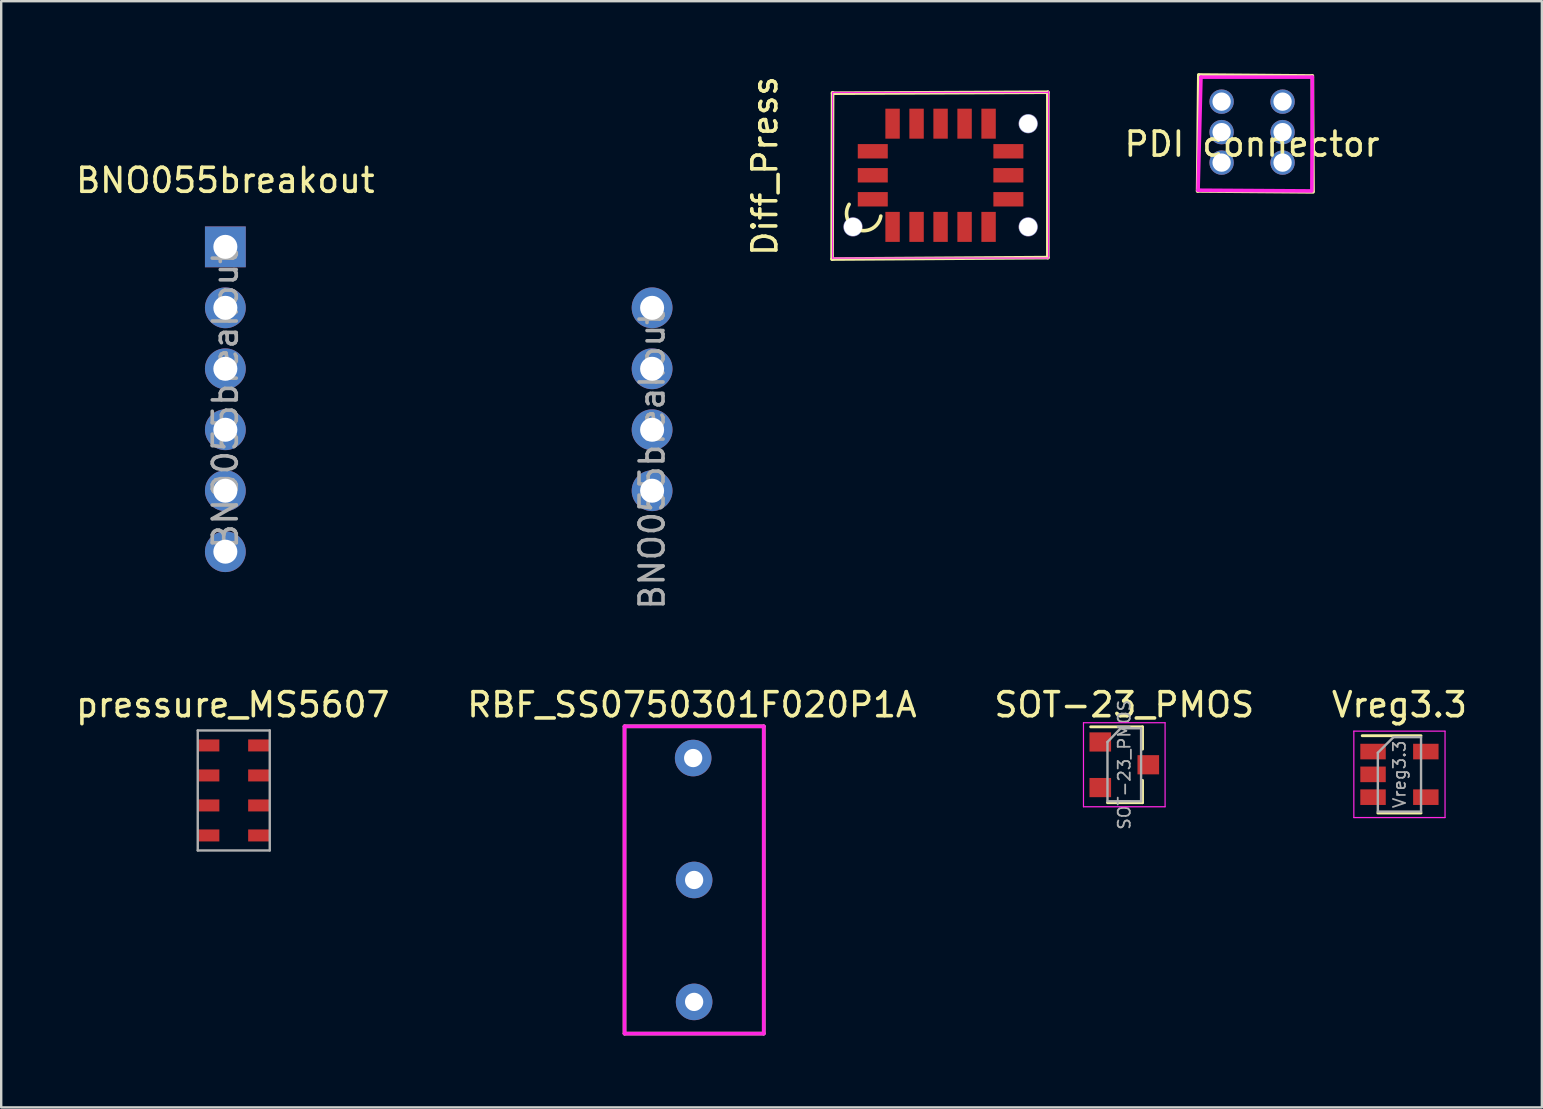
<source format=kicad_pcb>
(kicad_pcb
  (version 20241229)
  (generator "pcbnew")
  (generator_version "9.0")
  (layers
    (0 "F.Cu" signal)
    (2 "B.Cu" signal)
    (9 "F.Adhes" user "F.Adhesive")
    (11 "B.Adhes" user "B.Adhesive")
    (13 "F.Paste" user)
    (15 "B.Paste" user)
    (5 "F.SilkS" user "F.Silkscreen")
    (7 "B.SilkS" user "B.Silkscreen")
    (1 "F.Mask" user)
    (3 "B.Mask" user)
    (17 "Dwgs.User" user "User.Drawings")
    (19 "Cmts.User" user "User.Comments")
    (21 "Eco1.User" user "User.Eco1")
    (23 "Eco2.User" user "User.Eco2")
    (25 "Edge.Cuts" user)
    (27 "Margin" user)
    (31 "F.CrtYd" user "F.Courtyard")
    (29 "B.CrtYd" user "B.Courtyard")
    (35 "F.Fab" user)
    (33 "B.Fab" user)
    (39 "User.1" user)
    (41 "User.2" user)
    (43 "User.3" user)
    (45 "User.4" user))
  (footprint "Diff_Press"
    (layer "F.Cu")
    (at 36.138 4.253)
    (property "Reference" "Diff_Press" (at -7.32 -0.39 90) (layer "F.SilkS") (effects (font (size 1 1) (thickness 0.15))))
    (attr smd)
    (fp_line (start -4.52 3.49) (end 4.47 3.43) (stroke (width 0.15) (type solid)) (layer "F.SilkS"))
    (fp_line (start -4.5 -3.44) (end -4.52 3.49) (stroke (width 0.15) (type solid)) (layer "F.SilkS"))
    (fp_line (start 4.47 -3.46) (end -4.5 -3.42) (stroke (width 0.15) (type solid)) (layer "F.SilkS"))
    (fp_line (start 4.47 3.43) (end 4.47 -3.46) (stroke (width 0.15) (type solid)) (layer "F.SilkS"))
    (fp_arc (start -2.489862 1.700466) (mid -3.450292 2.263686) (end -3.809999 1.210001) (stroke (width 0.15) (type solid)) (layer "F.SilkS"))
    (fp_line (start -4.5 -3.45) (end 4.5 -3.45) (stroke (width 0.05) (type solid)) (layer "F.CrtYd"))
    (fp_line (start -4.5 3.46) (end -4.5 -3.44) (stroke (width 0.05) (type solid)) (layer "F.CrtYd"))
    (fp_line (start 4.5 -3.5) (end 4.5 3.4) (stroke (width 0.05) (type solid)) (layer "F.CrtYd"))
    (fp_line (start 4.5 3.45) (end -4.5 3.45) (stroke (width 0.05) (type solid)) (layer "F.CrtYd"))
    (pad "" thru_hole circle (at -3.65 2.15) (size 0.8 0.8) (drill 0.762) (layers "*.Cu" "*.Mask"))
    (pad "" thru_hole circle (at 3.65 -2.15) (size 0.8 0.8) (drill 0.762) (layers "*.Cu" "*.Mask"))
    (pad "" thru_hole circle (at 3.65 2.15) (size 0.8 0.8) (drill 0.762) (layers "*.Cu" "*.Mask"))
    (pad "1" smd rect (at -2.825 1) (size 1.25 0.6) (layers "F.Cu" "F.Mask" "F.Paste"))
    (pad "2" smd rect (at -2.825 0) (size 1.25 0.6) (layers "F.Cu" "F.Mask" "F.Paste"))
    (pad "3" smd rect (at -2.825 -1) (size 1.25 0.6) (layers "F.Cu" "F.Mask" "F.Paste"))
    (pad "4" smd rect (at -2 -2.15) (size 0.6 1.25) (layers "F.Cu" "F.Mask" "F.Paste"))
    (pad "5" smd rect (at -1 -2.15) (size 0.6 1.25) (layers "F.Cu" "F.Mask" "F.Paste"))
    (pad "6" smd rect (at 0 -2.15) (size 0.6 1.25) (layers "F.Cu" "F.Mask" "F.Paste"))
    (pad "7" smd rect (at 1 -2.15) (size 0.6 1.25) (layers "F.Cu" "F.Mask" "F.Paste"))
    (pad "8" smd rect (at 2 -2.15) (size 0.6 1.25) (layers "F.Cu" "F.Mask" "F.Paste"))
    (pad "9" smd rect (at 2.825 -1) (size 1.25 0.6) (layers "F.Cu" "F.Mask" "F.Paste"))
    (pad "10" smd rect (at 2.825 0) (size 1.25 0.6) (layers "F.Cu" "F.Mask" "F.Paste"))
    (pad "11" smd rect (at 2.825 1) (size 1.25 0.6) (layers "F.Cu" "F.Mask" "F.Paste"))
    (pad "12" smd rect (at 2 2.15) (size 0.6 1.25) (layers "F.Cu" "F.Mask" "F.Paste"))
    (pad "13" smd rect (at 1 2.15) (size 0.6 1.25) (layers "F.Cu" "F.Mask" "F.Paste"))
    (pad "14" smd rect (at 0 2.15) (size 0.6 1.25) (layers "F.Cu" "F.Mask" "F.Paste"))
    (pad "15" smd rect (at -1 2.15) (size 0.6 1.25) (layers "F.Cu" "F.Mask" "F.Paste"))
    (pad "16" smd rect (at -2 2.15) (size 0.6 1.25) (layers "F.Cu" "F.Mask" "F.Paste")))
  (footprint "SOT-23_PMOS"
    (layer "F.Cu")
    (at 43.792 28.813)
    (property "Reference" "SOT-23_PMOS" (at 0 -2.5 0) (layer "F.SilkS") (effects (font (size 1 1) (thickness 0.15))))
    (attr smd)
    (fp_line (start 0.76 -1.58) (end -1.4 -1.58) (stroke (width 0.12) (type solid)) (layer "F.SilkS"))
    (fp_line (start 0.76 -1.58) (end 0.76 -0.65) (stroke (width 0.12) (type solid)) (layer "F.SilkS"))
    (fp_line (start 0.76 1.58) (end -0.7 1.58) (stroke (width 0.12) (type solid)) (layer "F.SilkS"))
    (fp_line (start 0.76 1.58) (end 0.76 0.65) (stroke (width 0.12) (type solid)) (layer "F.SilkS"))
    (fp_line (start -1.7 -1.75) (end 1.7 -1.75) (stroke (width 0.05) (type solid)) (layer "F.CrtYd"))
    (fp_line (start -1.7 1.75) (end -1.7 -1.75) (stroke (width 0.05) (type solid)) (layer "F.CrtYd"))
    (fp_line (start 1.7 -1.75) (end 1.7 1.75) (stroke (width 0.05) (type solid)) (layer "F.CrtYd"))
    (fp_line (start 1.7 1.75) (end -1.7 1.75) (stroke (width 0.05) (type solid)) (layer "F.CrtYd"))
    (fp_line (start -0.7 -0.95) (end -0.7 1.5) (stroke (width 0.1) (type solid)) (layer "F.Fab"))
    (fp_line (start -0.7 -0.95) (end -0.15 -1.52) (stroke (width 0.1) (type solid)) (layer "F.Fab"))
    (fp_line (start -0.7 1.52) (end 0.7 1.52) (stroke (width 0.1) (type solid)) (layer "F.Fab"))
    (fp_line (start -0.15 -1.52) (end 0.7 -1.52) (stroke (width 0.1) (type solid)) (layer "F.Fab"))
    (fp_line (start 0.7 -1.52) (end 0.7 1.52) (stroke (width 0.1) (type solid)) (layer "F.Fab"))
    (fp_text user "${REFERENCE}" (at 0 0 90) (layer "F.Fab") (effects (font (size 0.5 0.5) (thickness 0.075))))
    (pad "1" smd rect (at 1 0) (size 0.9 0.8) (layers "F.Cu" "F.Mask" "F.Paste"))
    (pad "2" smd rect (at -1 -0.95) (size 0.9 0.8) (layers "F.Cu" "F.Mask" "F.Paste"))
    (pad "3" smd rect (at -1 0.95) (size 0.9 0.8) (layers "F.Cu" "F.Mask" "F.Paste")))
  (footprint "pressure_MS5607"
    (layer "F.Cu")
    (at 6.689 29.883)
    (property "Reference" "pressure_MS5607" (at -0.04 -3.57 0) (layer "F.SilkS") (effects (font (size 1 1) (thickness 0.15))))
    (attr through_hole)
    (fp_line (start -1.5 -2.5) (end 1.5 -2.5) (stroke (width 0.1) (type solid)) (layer "F.Fab"))
    (fp_line (start -1.5 2.5) (end -1.5 -2.5) (stroke (width 0.1) (type solid)) (layer "F.Fab"))
    (fp_line (start -1.5 2.5) (end 1.5 2.5) (stroke (width 0.1) (type solid)) (layer "F.Fab"))
    (fp_line (start 1.5 -2.5) (end 1.5 2.5) (stroke (width 0.1) (type solid)) (layer "F.Fab"))
    (pad "1" smd rect (at -1.05 -1.875) (size 0.9 0.5) (layers "F.Cu" "F.Mask" "F.Paste"))
    (pad "2" smd rect (at -1.05 -0.625) (size 0.9 0.5) (layers "F.Cu" "F.Mask" "F.Paste"))
    (pad "3" smd rect (at -1.05 0.625) (size 0.9 0.5) (layers "F.Cu" "F.Mask" "F.Paste"))
    (pad "4" smd rect (at -1.05 1.875) (size 0.9 0.5) (layers "F.Cu" "F.Mask" "F.Paste"))
    (pad "5" smd rect (at 1.05 1.875) (size 0.9 0.5) (layers "F.Cu" "F.Mask" "F.Paste"))
    (pad "6" smd rect (at 1.05 0.625) (size 0.9 0.5) (layers "F.Cu" "F.Mask" "F.Paste"))
    (pad "7" smd rect (at 1.05 -0.625) (size 0.9 0.5) (layers "F.Cu" "F.Mask" "F.Paste"))
    (pad "8" smd rect (at 1.05 -1.875) (size 0.9 0.5) (layers "F.Cu" "F.Mask" "F.Paste")))
  (footprint "PDI connector"
    (layer "F.Cu")
    (at 49.117 2.455)
    (property "Reference" "PDI connector" (at 0 0.5 0) (layer "F.SilkS") (effects (font (size 1 1) (thickness 0.15))))
    (attr through_hole)
    (fp_line (start -2.27 2.45) (end 2.54 2.49) (stroke (width 0.15) (type solid)) (layer "F.SilkS"))
    (fp_line (start -2.22 -2.38) (end -2.27 2.45) (stroke (width 0.15) (type solid)) (layer "F.SilkS"))
    (fp_line (start 2.51 -2.34) (end -2.22 -2.38) (stroke (width 0.15) (type solid)) (layer "F.SilkS"))
    (fp_line (start 2.54 2.45) (end 2.51 -2.34) (stroke (width 0.15) (type solid)) (layer "F.SilkS"))
    (fp_line (start -2.25 2.42) (end 2.44 2.45) (stroke (width 0.15) (type solid)) (layer "F.CrtYd"))
    (fp_line (start -2.13 -2.29) (end -2.25 2.42) (stroke (width 0.15) (type solid)) (layer "F.CrtYd"))
    (fp_line (start 2.49 2.45) (end 2.51 -2.29) (stroke (width 0.15) (type solid)) (layer "F.CrtYd"))
    (fp_line (start 2.51 -2.29) (end -2.13 -2.29) (stroke (width 0.15) (type solid)) (layer "F.CrtYd"))
    (pad "1" thru_hole circle (at -1.27 -1.27) (size 1.016 1.016) (drill 0.762) (layers "*.Cu" "*.Mask"))
    (pad "2" thru_hole circle (at 1.27 -1.27) (size 1.016 1.016) (drill 0.762) (layers "*.Cu" "*.Mask"))
    (pad "3" thru_hole circle (at -1.27 0) (size 1.016 1.016) (drill 0.762) (layers "*.Cu" "*.Mask"))
    (pad "4" thru_hole circle (at 1.27 0) (size 1.016 1.016) (drill 0.762) (layers "*.Cu" "*.Mask"))
    (pad "5" thru_hole circle (at -1.27 1.27) (size 1.016 1.016) (drill 0.762) (layers "*.Cu" "*.Mask"))
    (pad "6" thru_hole circle (at 1.27 1.27) (size 1.016 1.016) (drill 0.762) (layers "*.Cu" "*.Mask")))
  (footprint "Vreg3.3"
    (layer "F.Cu")
    (at 55.256 29.213)
    (property "Reference" "Vreg3.3" (at 0 -2.9 0) (layer "F.SilkS") (effects (font (size 1 1) (thickness 0.15))))
    (attr smd)
    (fp_line (start -0.9 1.61) (end 0.9 1.61) (stroke (width 0.12) (type solid)) (layer "F.SilkS"))
    (fp_line (start 0.9 -1.61) (end -1.55 -1.61) (stroke (width 0.12) (type solid)) (layer "F.SilkS"))
    (fp_line (start -1.9 -1.8) (end 1.9 -1.8) (stroke (width 0.05) (type solid)) (layer "F.CrtYd"))
    (fp_line (start -1.9 1.8) (end -1.9 -1.8) (stroke (width 0.05) (type solid)) (layer "F.CrtYd"))
    (fp_line (start 1.9 -1.8) (end 1.9 1.8) (stroke (width 0.05) (type solid)) (layer "F.CrtYd"))
    (fp_line (start 1.9 1.8) (end -1.9 1.8) (stroke (width 0.05) (type solid)) (layer "F.CrtYd"))
    (fp_line (start -0.9 -0.9) (end -0.9 1.55) (stroke (width 0.1) (type solid)) (layer "F.Fab"))
    (fp_line (start -0.9 -0.9) (end -0.25 -1.55) (stroke (width 0.1) (type solid)) (layer "F.Fab"))
    (fp_line (start 0.9 -1.55) (end -0.25 -1.55) (stroke (width 0.1) (type solid)) (layer "F.Fab"))
    (fp_line (start 0.9 -1.55) (end 0.9 1.55) (stroke (width 0.1) (type solid)) (layer "F.Fab"))
    (fp_line (start 0.9 1.55) (end -0.9 1.55) (stroke (width 0.1) (type solid)) (layer "F.Fab"))
    (fp_text user "${REFERENCE}" (at 0 0 90) (layer "F.Fab") (effects (font (size 0.5 0.5) (thickness 0.075))))
    (pad "1" smd rect (at -1.1 -0.95) (size 1.06 0.65) (layers "F.Cu" "F.Mask" "F.Paste"))
    (pad "2" smd rect (at -1.1 0) (size 1.06 0.65) (layers "F.Cu" "F.Mask" "F.Paste"))
    (pad "3" smd rect (at -1.1 0.95) (size 1.06 0.65) (layers "F.Cu" "F.Mask" "F.Paste"))
    (pad "4" smd rect (at 1.1 0.95) (size 1.06 0.65) (layers "F.Cu" "F.Mask" "F.Paste"))
    (pad "5" smd rect (at 1.1 -0.95) (size 1.06 0.65) (layers "F.Cu" "F.Mask" "F.Paste")))
  (footprint "BNO055breakout"
    (layer "F.Cu")
    (at 6.339 0.25)
    (property "Reference" "BNO055breakout" (at 0 4.215 0) (layer "F.SilkS") (effects (font (size 1 1) (thickness 0.15))))
    (attr through_hole)
    (fp_text user "${REFERENCE}" (at 0 13.335 90) (layer "F.Fab") (effects (font (size 1 1) (thickness 0.15))))
    (fp_text user "${REFERENCE}" (at 17.78 15.875 270) (layer "F.Fab") (effects (font (size 1 1) (thickness 0.15))))
    (pad "1" thru_hole rect (at 0 6.985) (size 1.7 1.7) (drill 1) (layers "*.Cu" "*.Mask"))
    (pad "2" thru_hole oval (at 0 9.525) (size 1.7 1.7) (drill 1) (layers "*.Cu" "*.Mask"))
    (pad "3" thru_hole oval (at 0 12.065) (size 1.7 1.7) (drill 1) (layers "*.Cu" "*.Mask"))
    (pad "4" thru_hole oval (at 0 14.605) (size 1.7 1.7) (drill 1) (layers "*.Cu" "*.Mask"))
    (pad "5" thru_hole oval (at 0 17.145) (size 1.7 1.7) (drill 1) (layers "*.Cu" "*.Mask"))
    (pad "6" thru_hole oval (at 0 19.685) (size 1.7 1.7) (drill 1) (layers "*.Cu" "*.Mask"))
    (pad "7" thru_hole oval (at 17.78 9.525 180) (size 1.7 1.7) (drill 1) (layers "*.Cu" "*.Mask"))
    (pad "8" thru_hole oval (at 17.78 12.065 180) (size 1.7 1.7) (drill 1) (layers "*.Cu" "*.Mask"))
    (pad "9" thru_hole oval (at 17.78 14.605 180) (size 1.7 1.7) (drill 1) (layers "*.Cu" "*.Mask"))
    (pad "10" thru_hole oval (at 17.78 17.145 180) (size 1.7 1.7) (drill 1) (layers "*.Cu" "*.Mask")))
  (footprint "RBF_SS0750301F020P1A"
    (layer "F.Cu")
    (at 25.87 33.613)
    (property "Reference" "RBF_SS0750301F020P1A" (at -0.09 -7.3 0) (layer "F.SilkS") (effects (font (size 1 1) (thickness 0.15))))
    (attr through_hole)
    (fp_line (start -2.9 -6.4) (end 2.9 -6.4) (stroke (width 0.15) (type solid)) (layer "F.SilkS"))
    (fp_line (start -2.9 6.4) (end -2.9 -6.4) (stroke (width 0.15) (type solid)) (layer "F.SilkS"))
    (fp_line (start 2.9 -6.4) (end 2.9 6.4) (stroke (width 0.15) (type solid)) (layer "F.SilkS"))
    (fp_line (start 2.9 6.4) (end -2.9 6.4) (stroke (width 0.15) (type solid)) (layer "F.SilkS"))
    (fp_line (start -2.9 -6.4) (end -2.9 6.4) (stroke (width 0.15) (type solid)) (layer "F.CrtYd"))
    (fp_line (start -2.9 -6.4) (end 2.9 -6.4) (stroke (width 0.15) (type solid)) (layer "F.CrtYd"))
    (fp_line (start -2.9 6.4) (end 2.9 6.4) (stroke (width 0.15) (type solid)) (layer "F.CrtYd"))
    (fp_line (start 2.9 -6.4) (end 2.9 6.4) (stroke (width 0.15) (type solid)) (layer "F.CrtYd"))
    (pad "1" thru_hole circle (at 0 5.08) (size 1.524 1.524) (drill 0.762) (layers "*.Cu" "*.Mask"))
    (pad "2" thru_hole circle (at 0 0) (size 1.524 1.524) (drill 0.762) (layers "*.Cu" "*.Mask"))
    (pad "3" thru_hole circle (at -0.04 -5.08) (size 1.524 1.524) (drill 0.762) (layers "*.Cu" "*.Mask")))
  (gr_rect
    (start -3 -3)
    (end 61.19 43.088)
    (stroke (width 0.1) (type default))
    (fill no)
    (layer "Edge.Cuts")))
</source>
